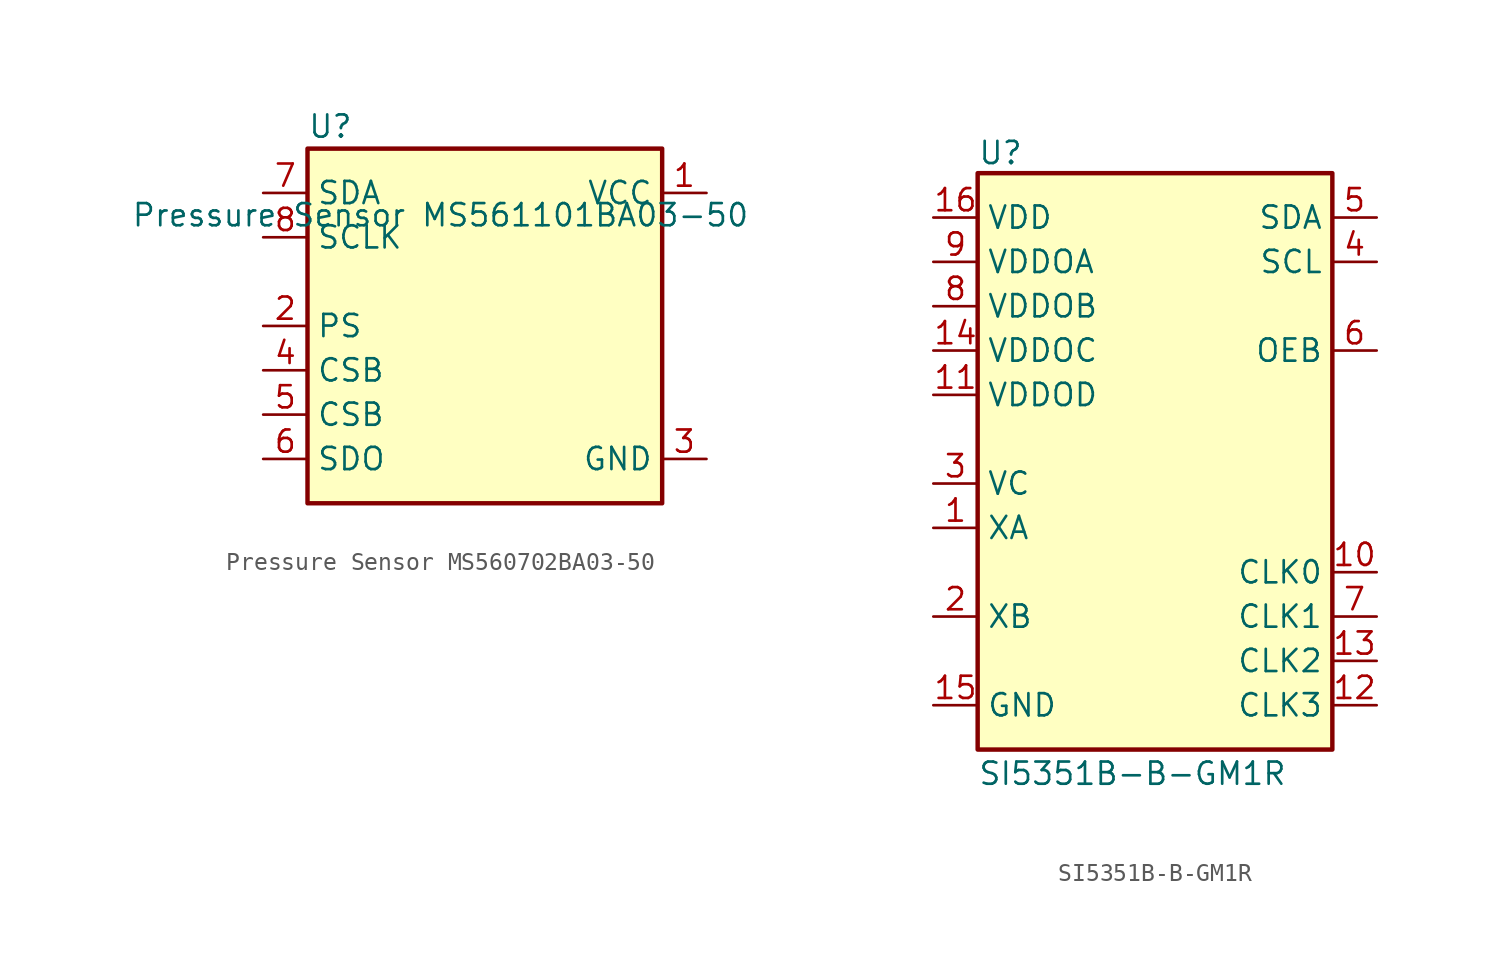
<source format=kicad_sym>
(kicad_symbol_lib
  (version 20231120)
  (generator "kicad_symbol_editor")
  (generator_version "8.0")
  (symbol "Pressure Sensor MS560702BA03-50"
    (property "Reference" "U"
      (at -10.16 11.43 0)
      (effects (font (size 1.27 1.27)) (justify left)))
    (property "Value" "Pressure Sensor MS561101BA03-50"
      (at -2.54 6.35 0)
      (effects (font (size 1.27 1.27))))
    (symbol "Pressure Sensor MS560702BA03-50_1_0"
      (pin power_in line (at 12.7 7.62 180) (length 2.54) (name "VCC" (effects (font (size 1.27 1.27)))) (number "1" (effects (font (size 1.27 1.27)))))
      (pin input line (at -12.7 0 0) (length 2.54) (name "PS" (effects (font (size 1.27 1.27)))) (number "2" (effects (font (size 1.27 1.27)))))
      (pin power_in line (at 12.7 -7.62 180) (length 2.54) (name "GND" (effects (font (size 1.27 1.27)))) (number "3" (effects (font (size 1.27 1.27)))))
      (pin input line (at -12.7 -2.54 0) (length 2.54) (name "CSB" (effects (font (size 1.27 1.27)))) (number "4" (effects (font (size 1.27 1.27)))))
      (pin input line (at -12.7 -5.08 0) (length 2.54) (name "CSB" (effects (font (size 1.27 1.27)))) (number "5" (effects (font (size 1.27 1.27)))))
      (pin output line (at -12.7 -7.62 0) (length 2.54) (name "SDO" (effects (font (size 1.27 1.27)))) (number "6" (effects (font (size 1.27 1.27)))))
      (pin bidirectional line (at -12.7 7.62 0) (length 2.54) (name "SDA" (effects (font (size 1.27 1.27)))) (number "7" (effects (font (size 1.27 1.27)))))
      (pin input line (at -12.7 5.08 0) (length 2.54) (name "SCLK" (effects (font (size 1.27 1.27)))) (number "8" (effects (font (size 1.27 1.27))))))
    (symbol "Pressure Sensor MS560702BA03-50_1_1"
      (rectangle (start -10.16 10.16) (end 10.16 -10.16) (stroke (width 0.254) (type default)) (fill (type background)))))
  (symbol "SI5351B-B-GM1R"
    (property "Reference" "U"
      (at -10.16 18.415 0)
      (do_not_autoplace)
      (effects (font (size 1.27 1.27)) (justify left top)))
    (property "Value" "SI5351B-B-GM1R"
      (at -10.16 -17.145 0)
      (do_not_autoplace)
      (effects (font (size 1.27 1.27)) (justify left top)))
    (symbol "SI5351B-B-GM1R_1_1"
      (rectangle (start -10.16 16.51) (end 10.16 -16.51) (stroke (width 0.254) (type default)) (fill (type background)))
      (pin passive line (at -12.7 -3.81 0) (length 2.54) (name "XA" (effects (font (size 1.27 1.27)))) (number "1" (effects (font (size 1.27 1.27)))))
      (pin passive line (at 12.7 -6.35 180) (length 2.54) (name "CLK0" (effects (font (size 1.27 1.27)))) (number "10" (effects (font (size 1.27 1.27)))))
      (pin passive line (at -12.7 3.81 0) (length 2.54) (name "VDDOD" (effects (font (size 1.27 1.27)))) (number "11" (effects (font (size 1.27 1.27)))))
      (pin passive line (at 12.7 -13.97 180) (length 2.54) (name "CLK3" (effects (font (size 1.27 1.27)))) (number "12" (effects (font (size 1.27 1.27)))))
      (pin passive line (at 12.7 -11.43 180) (length 2.54) (name "CLK2" (effects (font (size 1.27 1.27)))) (number "13" (effects (font (size 1.27 1.27)))))
      (pin passive line (at -12.7 6.35 0) (length 2.54) (name "VDDOC" (effects (font (size 1.27 1.27)))) (number "14" (effects (font (size 1.27 1.27)))))
      (pin passive line (at -12.7 -13.97 0) (length 2.54) (name "GND" (effects (font (size 1.27 1.27)))) (number "15" (effects (font (size 1.27 1.27)))))
      (pin passive line (at -12.7 13.97 0) (length 2.54) (name "VDD" (effects (font (size 1.27 1.27)))) (number "16" (effects (font (size 1.27 1.27)))))
      (pin passive line (at -12.7 -13.97 0) (length 2.54) hide (name "GND" (effects (font (size 1.27 1.27)))) (number "17" (effects (font (size 1.27 1.27)))))
      (pin passive line (at -12.7 -8.89 0) (length 2.54) (name "XB" (effects (font (size 1.27 1.27)))) (number "2" (effects (font (size 1.27 1.27)))))
      (pin passive line (at -12.7 -1.27 0) (length 2.54) (name "VC" (effects (font (size 1.27 1.27)))) (number "3" (effects (font (size 1.27 1.27)))))
      (pin passive line (at 12.7 11.43 180) (length 2.54) (name "SCL" (effects (font (size 1.27 1.27)))) (number "4" (effects (font (size 1.27 1.27)))))
      (pin passive line (at 12.7 13.97 180) (length 2.54) (name "SDA" (effects (font (size 1.27 1.27)))) (number "5" (effects (font (size 1.27 1.27)))))
      (pin passive line (at 12.7 6.35 180) (length 2.54) (name "OEB" (effects (font (size 1.27 1.27)))) (number "6" (effects (font (size 1.27 1.27)))))
      (pin passive line (at 12.7 -8.89 180) (length 2.54) (name "CLK1" (effects (font (size 1.27 1.27)))) (number "7" (effects (font (size 1.27 1.27)))))
      (pin passive line (at -12.7 8.89 0) (length 2.54) (name "VDDOB" (effects (font (size 1.27 1.27)))) (number "8" (effects (font (size 1.27 1.27)))))
      (pin passive line (at -12.7 11.43 0) (length 2.54) (name "VDDOA" (effects (font (size 1.27 1.27)))) (number "9" (effects (font (size 1.27 1.27))))))))
</source>
